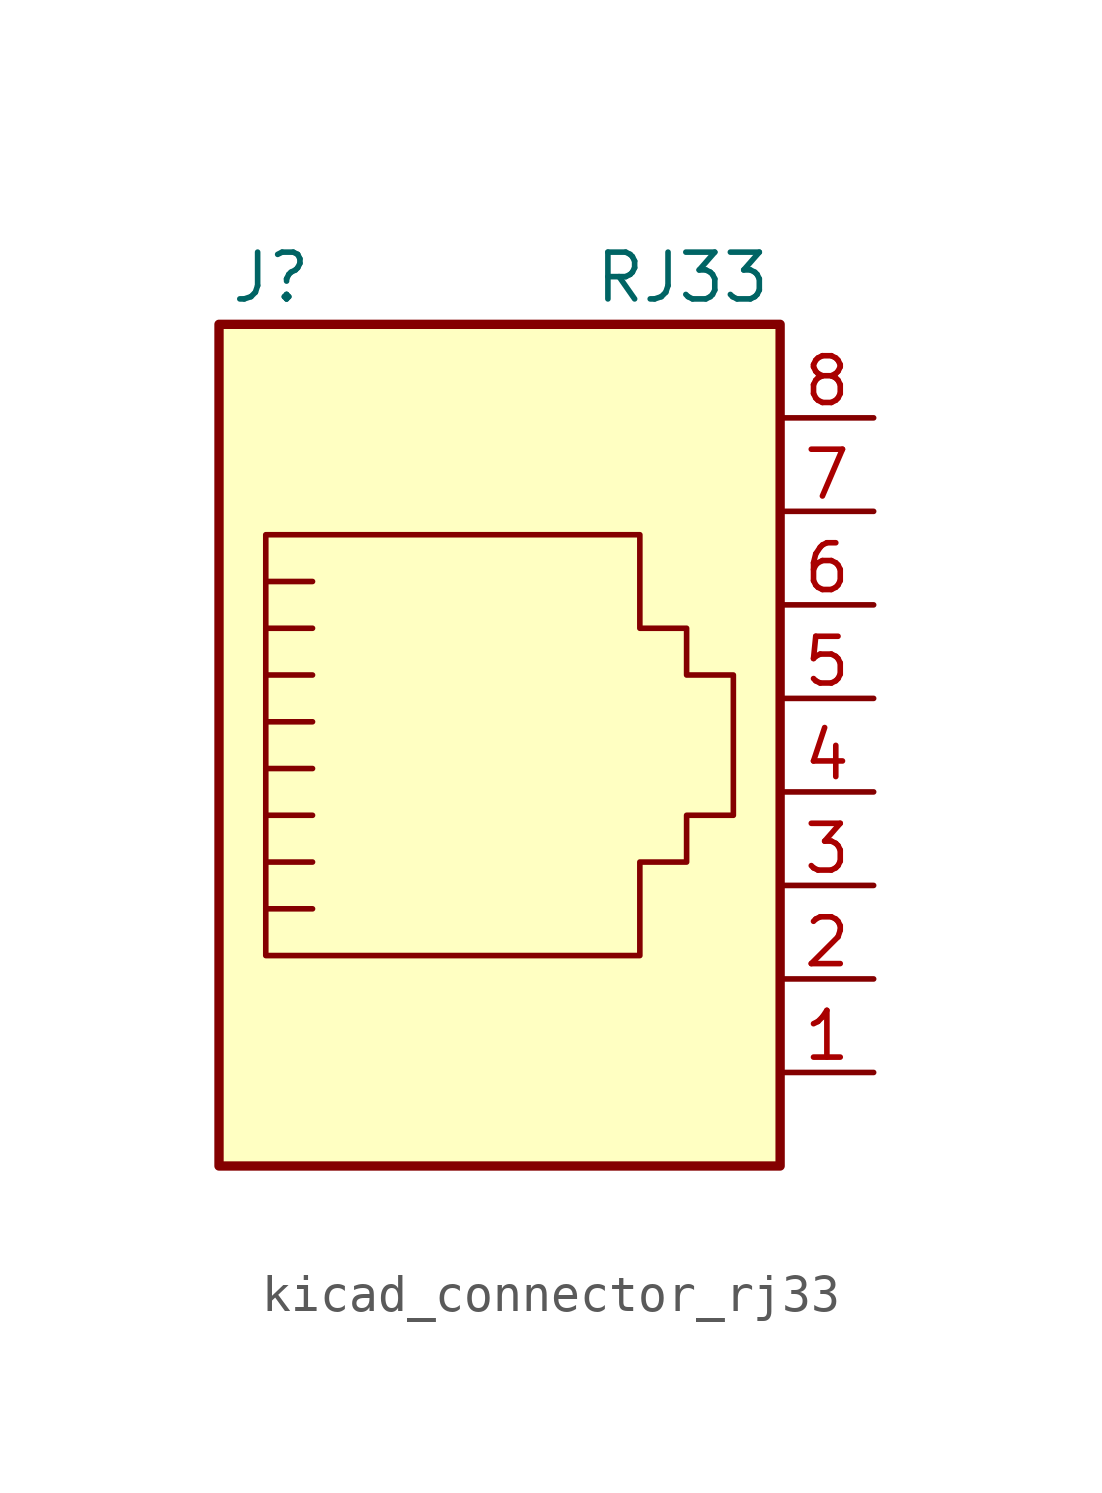
<source format=kicad_sym>
(kicad_symbol_lib
  (version 20220914)
  (generator kicad_symbol_editor)
  (symbol "kicad_connector_rj33"
    (pin_names
      (offset 1.016))
    (property "Reference" "J"
      (at -5.08 13.97 0)
      (effects (font (size 1.27 1.27)) (justify right)))
    (property "Value" "RJ33"
      (at 2.54 13.97 0)
      (effects (font (size 1.27 1.27)) (justify left)))
    (symbol "kicad_connector_rj33_0_1"
      (polyline (pts (xy -5.08 4.445) (xy -6.35 4.445)) (stroke (width 0) (type default)) (fill (type none)))
      (polyline (pts (xy -5.08 5.715) (xy -6.35 5.715)) (stroke (width 0) (type default)) (fill (type none)))
      (polyline (pts (xy -6.35 -3.175) (xy -5.08 -3.175) (xy -5.08 -3.175)) (stroke (width 0) (type default)) (fill (type none)))
      (polyline (pts (xy -6.35 -1.905) (xy -5.08 -1.905) (xy -5.08 -1.905)) (stroke (width 0) (type default)) (fill (type none)))
      (polyline (pts (xy -6.35 -0.635) (xy -5.08 -0.635) (xy -5.08 -0.635)) (stroke (width 0) (type default)) (fill (type none)))
      (polyline (pts (xy -6.35 0.635) (xy -5.08 0.635) (xy -5.08 0.635)) (stroke (width 0) (type default)) (fill (type none)))
      (polyline (pts (xy -6.35 1.905) (xy -5.08 1.905) (xy -5.08 1.905)) (stroke (width 0) (type default)) (fill (type none)))
      (polyline (pts (xy -5.08 3.175) (xy -6.35 3.175) (xy -6.35 3.175)) (stroke (width 0) (type default)) (fill (type none)))
      (polyline (pts (xy -6.35 -4.445) (xy -6.35 6.985) (xy 3.81 6.985) (xy 3.81 4.445) (xy 5.08 4.445) (xy 5.08 3.175) (xy 6.35 3.175) (xy 6.35 -0.635) (xy 5.08 -0.635) (xy 5.08 -1.905) (xy 3.81 -1.905) (xy 3.81 -4.445) (xy -6.35 -4.445) (xy -6.35 -4.445)) (stroke (width 0) (type default)) (fill (type none)))
      (rectangle (start 7.62 12.7) (end -7.62 -10.16) (stroke (width 0.254) (type default)) (fill (type background))))
    (symbol "kicad_connector_rj33_1_1"
      (pin passive line (at 10.16 -7.62 180) (length 2.54) (name "~" (effects (font (size 1.27 1.27)))) (number "1" (effects (font (size 1.27 1.27)))))
      (pin passive line (at 10.16 -5.08 180) (length 2.54) (name "~" (effects (font (size 1.27 1.27)))) (number "2" (effects (font (size 1.27 1.27)))))
      (pin passive line (at 10.16 -2.54 180) (length 2.54) (name "~" (effects (font (size 1.27 1.27)))) (number "3" (effects (font (size 1.27 1.27)))))
      (pin passive line (at 10.16 0 180) (length 2.54) (name "~" (effects (font (size 1.27 1.27)))) (number "4" (effects (font (size 1.27 1.27)))))
      (pin passive line (at 10.16 2.54 180) (length 2.54) (name "~" (effects (font (size 1.27 1.27)))) (number "5" (effects (font (size 1.27 1.27)))))
      (pin passive line (at 10.16 5.08 180) (length 2.54) (name "~" (effects (font (size 1.27 1.27)))) (number "6" (effects (font (size 1.27 1.27)))))
      (pin passive line (at 10.16 7.62 180) (length 2.54) (name "~" (effects (font (size 1.27 1.27)))) (number "7" (effects (font (size 1.27 1.27)))))
      (pin passive line (at 10.16 10.16 180) (length 2.54) (name "~" (effects (font (size 1.27 1.27)))) (number "8" (effects (font (size 1.27 1.27))))))))
</source>
